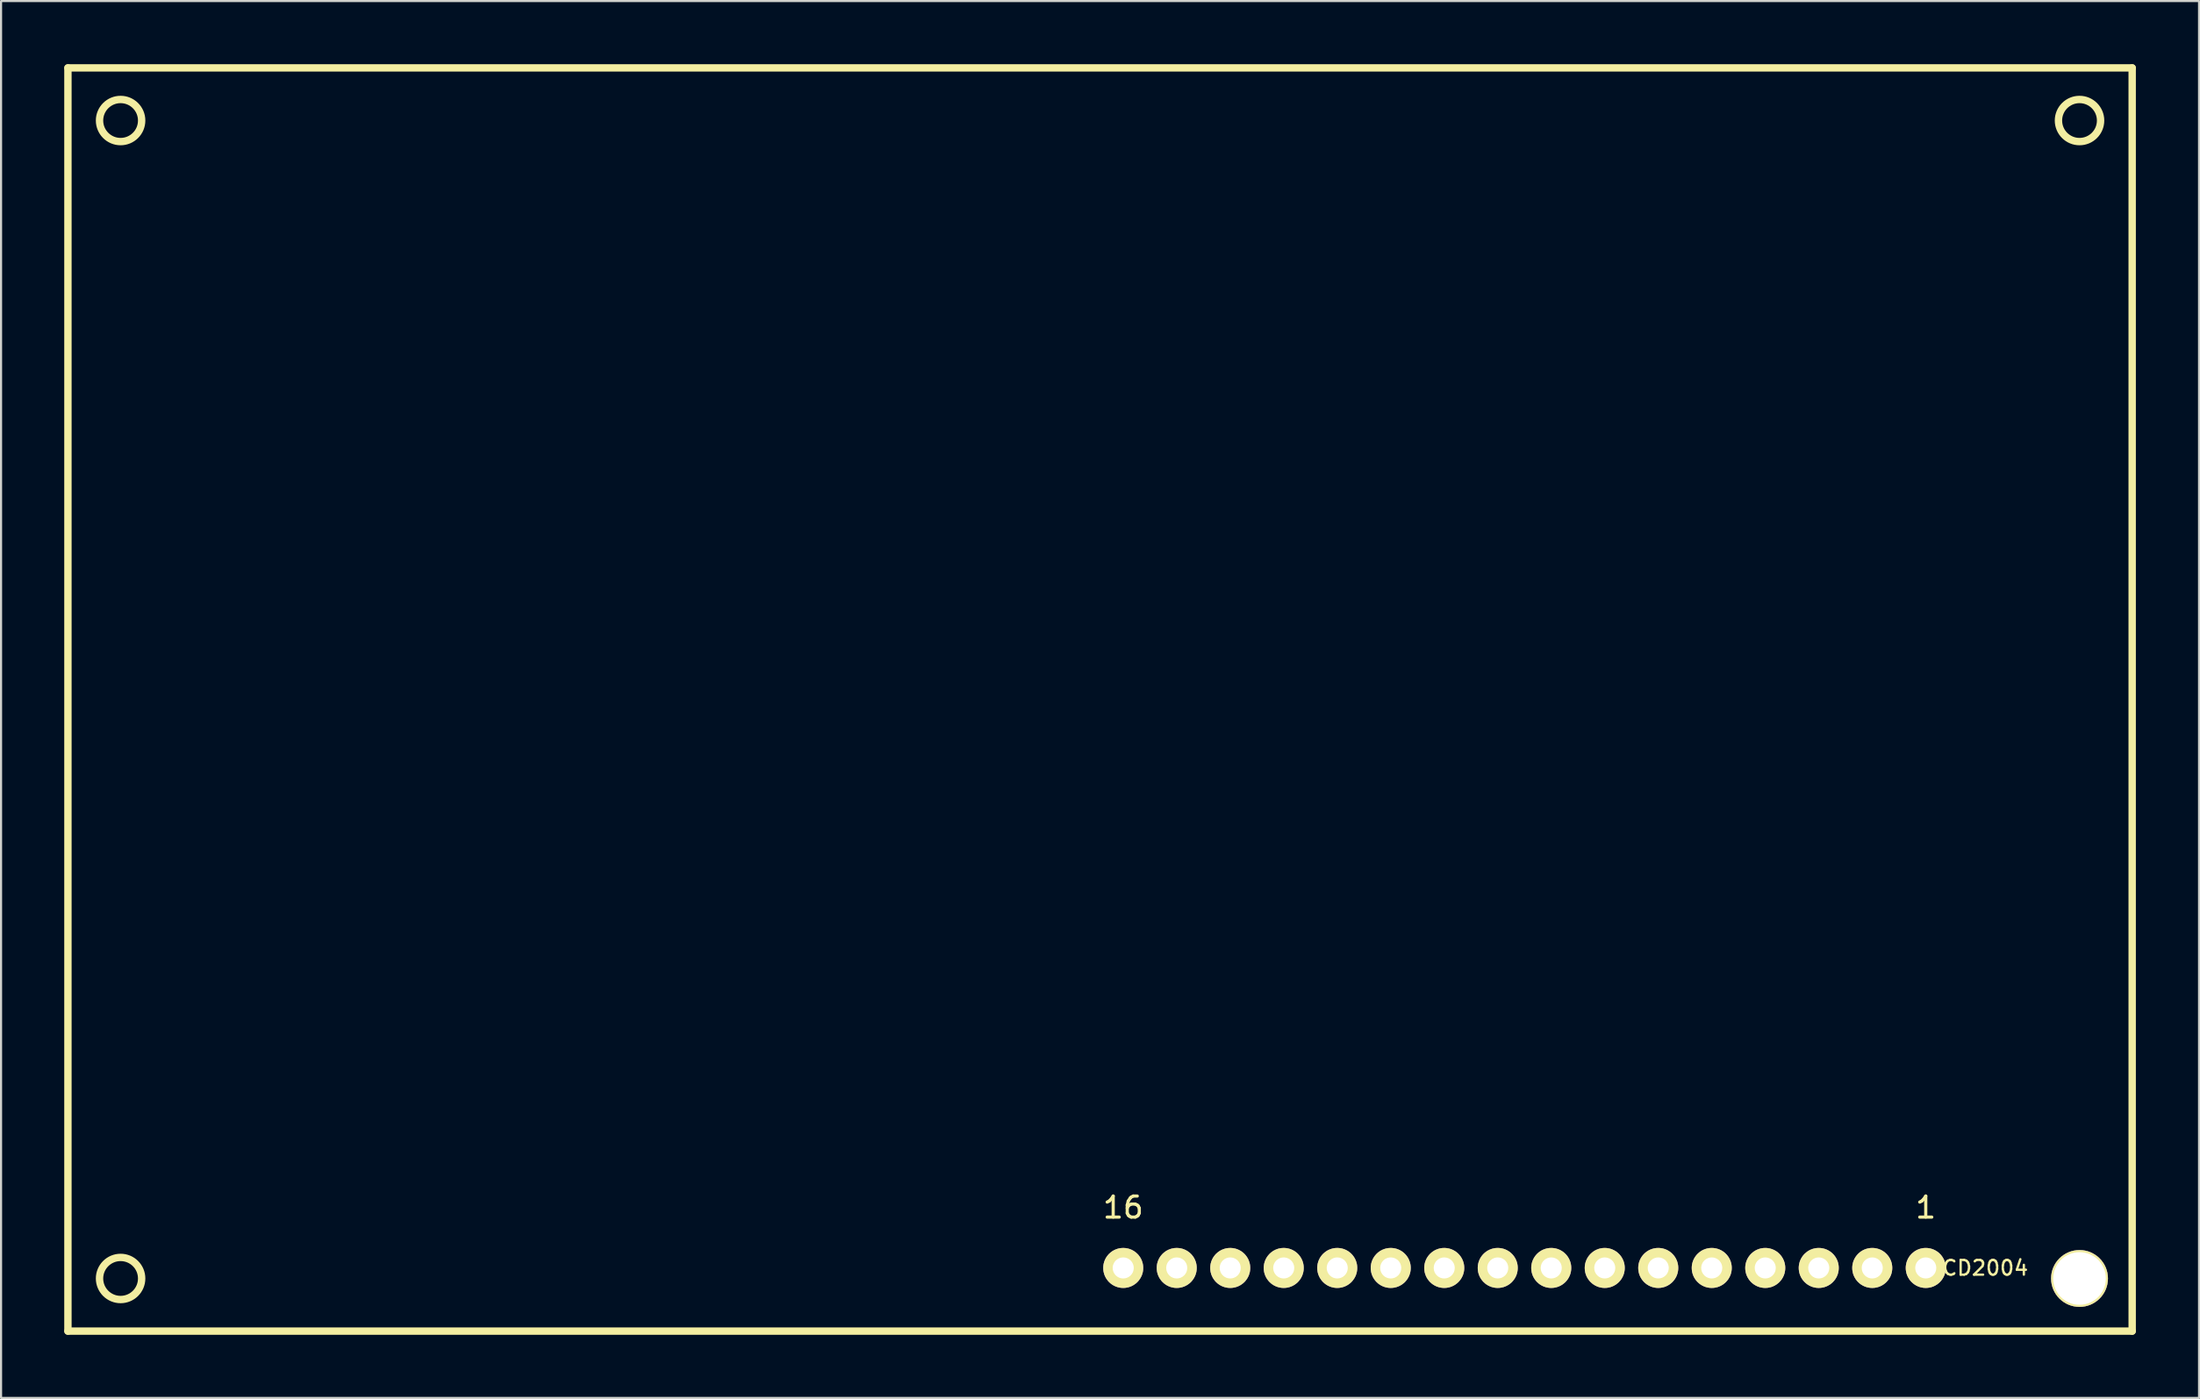
<source format=kicad_pcb>
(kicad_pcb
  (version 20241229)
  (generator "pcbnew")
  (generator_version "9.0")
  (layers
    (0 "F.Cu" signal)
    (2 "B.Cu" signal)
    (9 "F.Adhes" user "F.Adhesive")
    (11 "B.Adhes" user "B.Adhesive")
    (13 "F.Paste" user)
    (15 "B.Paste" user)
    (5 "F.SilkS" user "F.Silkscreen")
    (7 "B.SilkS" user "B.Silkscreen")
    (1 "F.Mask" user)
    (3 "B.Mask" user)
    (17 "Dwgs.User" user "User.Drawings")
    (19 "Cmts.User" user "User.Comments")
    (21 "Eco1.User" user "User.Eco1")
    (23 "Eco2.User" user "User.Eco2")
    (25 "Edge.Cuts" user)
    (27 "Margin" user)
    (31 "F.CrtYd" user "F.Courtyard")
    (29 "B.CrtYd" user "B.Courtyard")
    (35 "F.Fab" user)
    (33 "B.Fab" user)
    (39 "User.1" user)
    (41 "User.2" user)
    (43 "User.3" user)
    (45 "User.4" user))
  (footprint "LCD2004"
    (layer "F.Cu")
    (at 49.175 30.175)
    (property "Reference" "LCD2004" (at 41.74 27 0) (layer "F.SilkS") (effects (font (size 0.7 0.7) (thickness 0.11))))
    (attr through_hole)
    (fp_line (start -49 -30) (end -49 30) (stroke (width 0.35) (type solid)) (layer "F.SilkS"))
    (fp_line (start -49 -30) (end 49 -30) (stroke (width 0.35) (type solid)) (layer "F.SilkS"))
    (fp_line (start -49 30) (end 49 30) (stroke (width 0.35) (type solid)) (layer "F.SilkS"))
    (fp_line (start 49 30) (end 49 -30) (stroke (width 0.35) (type solid)) (layer "F.SilkS"))
    (fp_circle (center -46.5 -27.5) (end -46.5 -28.5) (stroke (width 0.35) (type solid)) (fill no) (layer "F.SilkS"))
    (fp_circle (center -46.5 27.5) (end -46.5 28.5) (stroke (width 0.35) (type solid)) (fill no) (layer "F.SilkS"))
    (fp_circle (center 39.2 27) (end 39.7 27) (stroke (width 0.35) (type solid)) (fill no) (layer "F.SilkS"))
    (fp_circle (center 46.5 -27.5) (end 46.5 -28.5) (stroke (width 0.35) (type solid)) (fill no) (layer "F.SilkS"))
    (fp_text user "1" (at 39.2 24.13 0) (layer "F.SilkS") (effects (font (size 1 1) (thickness 0.15))))
    (fp_text user "16" (at 1.1 24.13 0) (layer "F.SilkS") (effects (font (size 1 1) (thickness 0.15))))
    (pad "" np_thru_hole circle (at 46.5 27.5) (size 2.7 2.7) (drill 2.5) (layers "*.Cu" "*.Mask" "F.SilkS"))
    (pad "1" thru_hole circle (at 39.2 27) (size 1.9 1.9) (drill 1) (layers "*.Cu" "*.Mask" "F.SilkS"))
    (pad "2" thru_hole circle (at 36.66 27) (size 1.9 1.9) (drill 1) (layers "*.Cu" "*.Mask" "F.SilkS"))
    (pad "3" thru_hole circle (at 34.12 27) (size 1.9 1.9) (drill 1) (layers "*.Cu" "*.Mask" "F.SilkS"))
    (pad "4" thru_hole circle (at 31.58 27) (size 1.9 1.9) (drill 1) (layers "*.Cu" "*.Mask" "F.SilkS"))
    (pad "5" thru_hole circle (at 29.04 27) (size 1.9 1.9) (drill 1) (layers "*.Cu" "*.Mask" "F.SilkS"))
    (pad "6" thru_hole circle (at 26.5 27) (size 1.9 1.9) (drill 1) (layers "*.Cu" "*.Mask" "F.SilkS"))
    (pad "7" thru_hole circle (at 23.96 27) (size 1.9 1.9) (drill 1) (layers "*.Cu" "*.Mask" "F.SilkS"))
    (pad "8" thru_hole circle (at 21.42 27) (size 1.9 1.9) (drill 1) (layers "*.Cu" "*.Mask" "F.SilkS"))
    (pad "9" thru_hole circle (at 18.88 27) (size 1.9 1.9) (drill 1) (layers "*.Cu" "*.Mask" "F.SilkS"))
    (pad "10" thru_hole circle (at 16.34 27) (size 1.9 1.9) (drill 1) (layers "*.Cu" "*.Mask" "F.SilkS"))
    (pad "11" thru_hole circle (at 13.8 27) (size 1.9 1.9) (drill 1) (layers "*.Cu" "*.Mask" "F.SilkS"))
    (pad "12" thru_hole circle (at 11.26 27) (size 1.9 1.9) (drill 1) (layers "*.Cu" "*.Mask" "F.SilkS"))
    (pad "13" thru_hole circle (at 8.72 27) (size 1.9 1.9) (drill 1) (layers "*.Cu" "*.Mask" "F.SilkS"))
    (pad "14" thru_hole circle (at 6.18 27) (size 1.9 1.9) (drill 1) (layers "*.Cu" "*.Mask" "F.SilkS"))
    (pad "15" thru_hole circle (at 3.64 27) (size 1.9 1.9) (drill 1) (layers "*.Cu" "*.Mask" "F.SilkS"))
    (pad "16" thru_hole circle (at 1.1 27) (size 1.9 1.9) (drill 1) (layers "*.Cu" "*.Mask" "F.SilkS")))
  (gr_rect
    (start -3 -3)
    (end 101.35 63.35)
    (stroke (width 0.1) (type default))
    (fill no)
    (layer "Edge.Cuts")))
</source>
